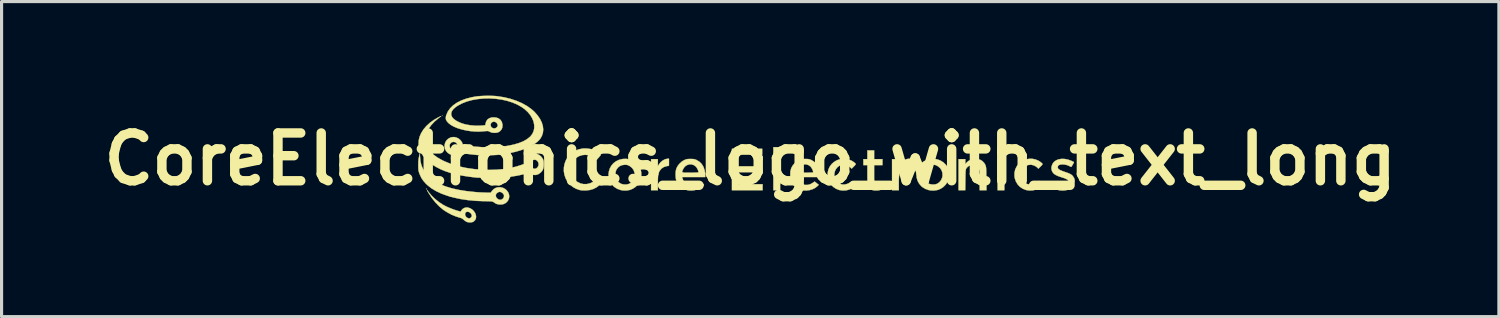
<source format=kicad_pcb>
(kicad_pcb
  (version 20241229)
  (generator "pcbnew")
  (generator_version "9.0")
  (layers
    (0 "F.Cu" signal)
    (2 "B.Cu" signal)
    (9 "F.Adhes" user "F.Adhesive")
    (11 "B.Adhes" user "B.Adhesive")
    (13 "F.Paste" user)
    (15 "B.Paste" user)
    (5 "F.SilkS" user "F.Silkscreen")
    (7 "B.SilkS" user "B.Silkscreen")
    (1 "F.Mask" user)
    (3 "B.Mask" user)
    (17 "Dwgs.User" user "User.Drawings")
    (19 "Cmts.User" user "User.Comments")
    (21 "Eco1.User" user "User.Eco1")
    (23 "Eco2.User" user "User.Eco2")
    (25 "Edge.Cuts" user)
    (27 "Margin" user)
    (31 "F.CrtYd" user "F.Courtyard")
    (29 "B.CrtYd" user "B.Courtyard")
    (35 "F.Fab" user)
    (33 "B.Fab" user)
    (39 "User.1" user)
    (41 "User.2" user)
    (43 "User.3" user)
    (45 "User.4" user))
  (footprint "CoreElectronics_logo_with_text_long"
    (layer "F.Cu")
    (at 20.872 2.024)
    (property "Reference" "CoreElectronics_logo_with_text_long" (at 0 0 0) (layer "F.SilkS") (effects (font (size 1.524 1.524) (thickness 0.3))))
    (attr through_hole)
    (fp_poly (pts (xy -10.325 0.933) (xy -10.331 0.94) (xy -10.338 0.933) (xy -10.331 0.927) (xy -10.325 0.933)) (stroke (width 0.01) (type solid)) (fill yes) (layer "F.SilkS"))
    (fp_poly (pts (xy -10.312 0.959) (xy -10.319 0.965) (xy -10.325 0.959) (xy -10.319 0.953) (xy -10.312 0.959)) (stroke (width 0.01) (type solid)) (fill yes) (layer "F.SilkS"))
    (fp_poly (pts (xy -9.817 -1.391) (xy -9.823 -1.384) (xy -9.83 -1.391) (xy -9.823 -1.397) (xy -9.817 -1.391)) (stroke (width 0.01) (type solid)) (fill yes) (layer "F.SilkS"))
    (fp_poly (pts (xy 0.953 0.991) (xy 0.737 0.991) (xy 0.737 -0.381) (xy 0.953 -0.381) (xy 0.953 0.991)) (stroke (width 0.01) (type solid)) (fill yes) (layer "F.SilkS"))
    (fp_poly (pts (xy 8.103 0.991) (xy 7.887 0.991) (xy 7.887 0) (xy 8.103 0) (xy 8.103 0.991)) (stroke (width 0.01) (type solid)) (fill yes) (layer "F.SilkS"))
    (fp_poly (pts (xy 8.115 -0.165) (xy 7.874 -0.165) (xy 7.874 -0.368) (xy 8.115 -0.368) (xy 8.115 -0.165)) (stroke (width 0.01) (type solid)) (fill yes) (layer "F.SilkS"))
    (fp_poly (pts (xy 0.381 -0.14) (xy -0.368 -0.14) (xy -0.368 0.229) (xy 0.305 0.229) (xy 0.305 0.419) (xy -0.368 0.419) (xy -0.368 0.8) (xy 0.394 0.8) (xy 0.394 0.991) (xy -0.584 0.991) (xy -0.584 -0.33) (xy 0.381 -0.33) (xy 0.381 -0.14)) (stroke (width 0.01) (type solid)) (fill yes) (layer "F.SilkS"))
    (fp_poly (pts (xy -2.591 0.21) (xy -2.668 0.225) (xy -2.757 0.253) (xy -2.828 0.299) (xy -2.883 0.364) (xy -2.904 0.402) (xy -2.92 0.442) (xy -2.932 0.49) (xy -2.94 0.548) (xy -2.944 0.621) (xy -2.946 0.714) (xy -2.946 0.769) (xy -2.946 0.991) (xy -3.162 0.991) (xy -3.162 0) (xy -2.946 0) (xy -2.946 0.221) (xy -2.91 0.164) (xy -2.856 0.097) (xy -2.79 0.043) (xy -2.718 0.005) (xy -2.645 -0.012) (xy -2.627 -0.013) (xy -2.591 -0.013) (xy -2.591 0.21)) (stroke (width 0.01) (type solid)) (fill yes) (layer "F.SilkS"))
    (fp_poly (pts (xy 5.093 0.21) (xy 5.015 0.225) (xy 4.927 0.253) (xy 4.855 0.299) (xy 4.801 0.364) (xy 4.779 0.402) (xy 4.763 0.442) (xy 4.752 0.49) (xy 4.744 0.548) (xy 4.739 0.621) (xy 4.737 0.714) (xy 4.737 0.769) (xy 4.737 0.991) (xy 4.521 0.991) (xy 4.521 0) (xy 4.737 0) (xy 4.737 0.221) (xy 4.773 0.164) (xy 4.827 0.097) (xy 4.893 0.043) (xy 4.966 0.005) (xy 5.039 -0.012) (xy 5.057 -0.013) (xy 5.093 -0.013) (xy 5.093 0.21)) (stroke (width 0.01) (type solid)) (fill yes) (layer "F.SilkS"))
    (fp_poly (pts (xy 3.95 0) (xy 4.216 0) (xy 4.216 0.191) (xy 3.95 0.191) (xy 3.95 0.463) (xy 3.95 0.553) (xy 3.95 0.621) (xy 3.952 0.671) (xy 3.954 0.706) (xy 3.958 0.73) (xy 3.963 0.747) (xy 3.971 0.759) (xy 3.978 0.768) (xy 4.019 0.798) (xy 4.074 0.81) (xy 4.137 0.804) (xy 4.162 0.796) (xy 4.216 0.778) (xy 4.216 0.865) (xy 4.216 0.911) (xy 4.212 0.939) (xy 4.203 0.955) (xy 4.186 0.967) (xy 4.176 0.973) (xy 4.132 0.987) (xy 4.072 0.996) (xy 4.007 0.999) (xy 3.945 0.996) (xy 3.895 0.986) (xy 3.893 0.985) (xy 3.836 0.953) (xy 3.787 0.904) (xy 3.753 0.847) (xy 3.747 0.83) (xy 3.743 0.802) (xy 3.74 0.752) (xy 3.737 0.685) (xy 3.735 0.604) (xy 3.734 0.512) (xy 3.734 0.486) (xy 3.734 0.191) (xy 3.607 0.191) (xy 3.607 0) (xy 3.734 0) (xy 3.734 -0.279) (xy 3.95 -0.279) (xy 3.95 0)) (stroke (width 0.01) (type solid)) (fill yes) (layer "F.SilkS"))
    (fp_poly (pts (xy 7.24 -0.006) (xy 7.328 0.018) (xy 7.402 0.062) (xy 7.462 0.124) (xy 7.494 0.18) (xy 7.503 0.201) (xy 7.51 0.22) (xy 7.515 0.243) (xy 7.519 0.271) (xy 7.522 0.308) (xy 7.525 0.358) (xy 7.526 0.423) (xy 7.527 0.507) (xy 7.529 0.612) (xy 7.529 0.619) (xy 7.533 0.991) (xy 7.315 0.991) (xy 7.315 0.695) (xy 7.314 0.608) (xy 7.313 0.527) (xy 7.311 0.455) (xy 7.308 0.399) (xy 7.305 0.361) (xy 7.303 0.35) (xy 7.276 0.281) (xy 7.232 0.231) (xy 7.171 0.2) (xy 7.096 0.189) (xy 7.095 0.189) (xy 7.017 0.199) (xy 6.951 0.229) (xy 6.902 0.277) (xy 6.894 0.289) (xy 6.885 0.304) (xy 6.878 0.32) (xy 6.873 0.339) (xy 6.869 0.366) (xy 6.866 0.403) (xy 6.864 0.453) (xy 6.862 0.521) (xy 6.861 0.609) (xy 6.86 0.664) (xy 6.856 0.991) (xy 6.642 0.991) (xy 6.642 0) (xy 6.858 0) (xy 6.858 0.158) (xy 6.895 0.114) (xy 6.954 0.06) (xy 7.029 0.019) (xy 7.112 -0.006) (xy 7.143 -0.009) (xy 7.24 -0.006)) (stroke (width 0.01) (type solid)) (fill yes) (layer "F.SilkS"))
    (fp_poly (pts (xy 3.038 -0.011) (xy 3.138 0.01) (xy 3.236 0.051) (xy 3.318 0.106) (xy 3.346 0.131) (xy 3.363 0.152) (xy 3.365 0.158) (xy 3.357 0.173) (xy 3.335 0.201) (xy 3.303 0.234) (xy 3.298 0.239) (xy 3.231 0.305) (xy 3.2 0.272) (xy 3.149 0.232) (xy 3.084 0.2) (xy 3.015 0.181) (xy 2.977 0.178) (xy 2.897 0.189) (xy 2.827 0.221) (xy 2.769 0.269) (xy 2.724 0.331) (xy 2.694 0.402) (xy 2.681 0.479) (xy 2.686 0.558) (xy 2.711 0.636) (xy 2.741 0.688) (xy 2.8 0.75) (xy 2.87 0.791) (xy 2.948 0.81) (xy 3.03 0.807) (xy 3.115 0.781) (xy 3.176 0.747) (xy 3.253 0.695) (xy 3.316 0.757) (xy 3.378 0.818) (xy 3.343 0.854) (xy 3.264 0.919) (xy 3.17 0.966) (xy 3.067 0.994) (xy 2.958 1.001) (xy 2.849 0.987) (xy 2.832 0.983) (xy 2.731 0.943) (xy 2.643 0.883) (xy 2.57 0.806) (xy 2.514 0.714) (xy 2.479 0.611) (xy 2.467 0.539) (xy 2.469 0.429) (xy 2.493 0.328) (xy 2.535 0.238) (xy 2.594 0.159) (xy 2.666 0.093) (xy 2.749 0.042) (xy 2.841 0.007) (xy 2.938 -0.011) (xy 3.038 -0.011)) (stroke (width 0.01) (type solid)) (fill yes) (layer "F.SilkS"))
    (fp_poly (pts (xy 8.994 -0.011) (xy 9.095 0.01) (xy 9.193 0.051) (xy 9.274 0.106) (xy 9.302 0.131) (xy 9.319 0.152) (xy 9.322 0.158) (xy 9.313 0.173) (xy 9.291 0.201) (xy 9.259 0.234) (xy 9.254 0.239) (xy 9.187 0.305) (xy 9.156 0.272) (xy 9.106 0.232) (xy 9.041 0.2) (xy 8.972 0.181) (xy 8.934 0.178) (xy 8.854 0.189) (xy 8.784 0.221) (xy 8.725 0.269) (xy 8.68 0.331) (xy 8.65 0.402) (xy 8.637 0.479) (xy 8.642 0.558) (xy 8.667 0.636) (xy 8.698 0.688) (xy 8.757 0.75) (xy 8.826 0.791) (xy 8.904 0.81) (xy 8.987 0.807) (xy 9.071 0.781) (xy 9.132 0.747) (xy 9.209 0.695) (xy 9.272 0.757) (xy 9.334 0.818) (xy 9.3 0.854) (xy 9.22 0.919) (xy 9.127 0.966) (xy 9.023 0.994) (xy 8.914 1.001) (xy 8.805 0.987) (xy 8.789 0.983) (xy 8.688 0.943) (xy 8.599 0.883) (xy 8.526 0.806) (xy 8.471 0.714) (xy 8.435 0.611) (xy 8.424 0.539) (xy 8.426 0.429) (xy 8.449 0.328) (xy 8.492 0.238) (xy 8.55 0.159) (xy 8.623 0.093) (xy 8.706 0.042) (xy 8.797 0.007) (xy 8.894 -0.011) (xy 8.994 -0.011)) (stroke (width 0.01) (type solid)) (fill yes) (layer "F.SilkS"))
    (fp_poly (pts (xy -5.085 -0.322) (xy -4.967 -0.282) (xy -4.858 -0.222) (xy -4.83 -0.202) (xy -4.796 -0.175) (xy -4.771 -0.153) (xy -4.763 -0.141) (xy -4.77 -0.127) (xy -4.791 -0.1) (xy -4.821 -0.064) (xy -4.83 -0.055) (xy -4.897 0.021) (xy -4.954 -0.023) (xy -5.051 -0.085) (xy -5.153 -0.123) (xy -5.257 -0.138) (xy -5.36 -0.128) (xy -5.459 -0.095) (xy -5.514 -0.065) (xy -5.583 -0.007) (xy -5.641 0.069) (xy -5.683 0.159) (xy -5.709 0.255) (xy -5.715 0.33) (xy -5.704 0.429) (xy -5.674 0.524) (xy -5.628 0.611) (xy -5.568 0.683) (xy -5.514 0.725) (xy -5.417 0.773) (xy -5.316 0.796) (xy -5.212 0.795) (xy -5.108 0.77) (xy -5.006 0.72) (xy -4.948 0.68) (xy -4.886 0.632) (xy -4.815 0.704) (xy -4.743 0.776) (xy -4.794 0.82) (xy -4.896 0.896) (xy -4.999 0.95) (xy -5.11 0.983) (xy -5.235 0.998) (xy -5.245 0.998) (xy -5.347 0.997) (xy -5.428 0.987) (xy -5.439 0.984) (xy -5.553 0.945) (xy -5.653 0.889) (xy -5.74 0.817) (xy -5.822 0.723) (xy -5.884 0.618) (xy -5.924 0.504) (xy -5.944 0.385) (xy -5.942 0.265) (xy -5.92 0.145) (xy -5.876 0.031) (xy -5.811 -0.076) (xy -5.763 -0.134) (xy -5.671 -0.215) (xy -5.566 -0.276) (xy -5.451 -0.317) (xy -5.331 -0.339) (xy -5.207 -0.34) (xy -5.085 -0.322)) (stroke (width 0.01) (type solid)) (fill yes) (layer "F.SilkS"))
    (fp_poly (pts (xy -3.849 0.008) (xy -3.748 0.047) (xy -3.656 0.105) (xy -3.577 0.183) (xy -3.566 0.197) (xy -3.521 0.266) (xy -3.492 0.337) (xy -3.477 0.417) (xy -3.473 0.502) (xy -3.474 0.56) (xy -3.478 0.602) (xy -3.487 0.638) (xy -3.504 0.678) (xy -3.521 0.714) (xy -3.582 0.809) (xy -3.659 0.887) (xy -3.749 0.946) (xy -3.851 0.985) (xy -3.959 1.002) (xy -4.072 0.997) (xy -4.137 0.984) (xy -4.238 0.947) (xy -4.324 0.894) (xy -4.363 0.862) (xy -4.433 0.781) (xy -4.482 0.69) (xy -4.511 0.593) (xy -4.519 0.495) (xy -4.299 0.495) (xy -4.289 0.587) (xy -4.259 0.664) (xy -4.209 0.726) (xy -4.138 0.776) (xy -4.115 0.787) (xy -4.056 0.804) (xy -3.987 0.81) (xy -3.917 0.804) (xy -3.859 0.786) (xy -3.853 0.783) (xy -3.784 0.734) (xy -3.731 0.667) (xy -3.697 0.588) (xy -3.686 0.527) (xy -3.69 0.437) (xy -3.717 0.354) (xy -3.766 0.283) (xy -3.835 0.226) (xy -3.861 0.212) (xy -3.905 0.191) (xy -3.941 0.181) (xy -3.984 0.18) (xy -4.013 0.181) (xy -4.089 0.192) (xy -4.15 0.216) (xy -4.204 0.256) (xy -4.213 0.265) (xy -4.258 0.32) (xy -4.285 0.38) (xy -4.297 0.452) (xy -4.299 0.495) (xy -4.519 0.495) (xy -4.519 0.492) (xy -4.507 0.391) (xy -4.477 0.295) (xy -4.427 0.205) (xy -4.358 0.127) (xy -4.278 0.067) (xy -4.175 0.019) (xy -4.066 -0.006) (xy -3.957 -0.01) (xy -3.849 0.008)) (stroke (width 0.01) (type solid)) (fill yes) (layer "F.SilkS"))
    (fp_poly (pts (xy 5.968 0.008) (xy 6.069 0.047) (xy 6.161 0.105) (xy 6.24 0.183) (xy 6.251 0.197) (xy 6.296 0.266) (xy 6.325 0.337) (xy 6.34 0.417) (xy 6.344 0.502) (xy 6.343 0.56) (xy 6.339 0.602) (xy 6.33 0.638) (xy 6.313 0.678) (xy 6.296 0.714) (xy 6.235 0.809) (xy 6.158 0.887) (xy 6.068 0.946) (xy 5.967 0.985) (xy 5.858 1.002) (xy 5.745 0.997) (xy 5.68 0.984) (xy 5.579 0.947) (xy 5.493 0.894) (xy 5.454 0.862) (xy 5.384 0.781) (xy 5.335 0.69) (xy 5.307 0.593) (xy 5.298 0.495) (xy 5.519 0.495) (xy 5.528 0.587) (xy 5.558 0.664) (xy 5.608 0.726) (xy 5.679 0.776) (xy 5.702 0.787) (xy 5.761 0.804) (xy 5.83 0.81) (xy 5.9 0.804) (xy 5.959 0.786) (xy 5.965 0.783) (xy 6.033 0.734) (xy 6.086 0.667) (xy 6.12 0.588) (xy 6.131 0.527) (xy 6.127 0.437) (xy 6.1 0.354) (xy 6.051 0.283) (xy 5.982 0.226) (xy 5.956 0.212) (xy 5.912 0.191) (xy 5.876 0.181) (xy 5.833 0.18) (xy 5.804 0.181) (xy 5.728 0.192) (xy 5.667 0.216) (xy 5.613 0.256) (xy 5.604 0.265) (xy 5.559 0.32) (xy 5.532 0.38) (xy 5.52 0.452) (xy 5.519 0.495) (xy 5.298 0.495) (xy 5.298 0.492) (xy 5.31 0.391) (xy 5.34 0.295) (xy 5.39 0.205) (xy 5.459 0.127) (xy 5.539 0.067) (xy 5.642 0.019) (xy 5.751 -0.006) (xy 5.86 -0.01) (xy 5.968 0.008)) (stroke (width 0.01) (type solid)) (fill yes) (layer "F.SilkS"))
    (fp_poly (pts (xy -10.29 1.002) (xy -10.261 1.04) (xy -10.243 1.065) (xy -10.155 1.169) (xy -10.048 1.272) (xy -9.928 1.368) (xy -9.801 1.452) (xy -9.716 1.498) (xy -9.641 1.533) (xy -9.551 1.57) (xy -9.457 1.606) (xy -9.368 1.636) (xy -9.326 1.648) (xy -9.234 1.674) (xy -9.208 1.63) (xy -9.169 1.587) (xy -9.115 1.556) (xy -9.055 1.541) (xy -9.014 1.542) (xy -8.94 1.563) (xy -8.875 1.599) (xy -8.822 1.647) (xy -8.781 1.703) (xy -8.754 1.763) (xy -8.742 1.825) (xy -8.747 1.884) (xy -8.769 1.938) (xy -8.811 1.982) (xy -8.84 2.001) (xy -8.887 2.015) (xy -8.946 2.018) (xy -9.006 2.011) (xy -9.042 1.999) (xy -9.078 1.979) (xy -9.119 1.949) (xy -9.138 1.932) (xy -9.17 1.905) (xy -9.206 1.885) (xy -9.253 1.868) (xy -9.296 1.856) (xy -9.387 1.827) (xy -9.488 1.785) (xy -9.549 1.755) (xy -9.093 1.755) (xy -9.084 1.806) (xy -9.054 1.847) (xy -9.026 1.868) (xy -8.985 1.888) (xy -8.952 1.889) (xy -8.918 1.872) (xy -8.911 1.866) (xy -8.882 1.831) (xy -8.878 1.79) (xy -8.898 1.746) (xy -8.92 1.72) (xy -8.963 1.689) (xy -9.007 1.677) (xy -9.046 1.682) (xy -9.076 1.703) (xy -9.092 1.74) (xy -9.093 1.755) (xy -9.549 1.755) (xy -9.593 1.734) (xy -9.692 1.678) (xy -9.779 1.621) (xy -9.786 1.616) (xy -9.917 1.506) (xy -10.042 1.377) (xy -10.156 1.234) (xy -10.255 1.083) (xy -10.275 1.048) (xy -10.297 1.007) (xy -10.307 0.986) (xy -10.305 0.984) (xy -10.29 1.002)) (stroke (width 0.01) (type solid)) (fill yes) (layer "F.SilkS"))
    (fp_poly (pts (xy -1.843 -0.005) (xy -1.798 -0.001) (xy -1.761 0.008) (xy -1.724 0.022) (xy -1.713 0.027) (xy -1.621 0.082) (xy -1.549 0.153) (xy -1.494 0.241) (xy -1.457 0.347) (xy -1.455 0.357) (xy -1.444 0.413) (xy -1.437 0.471) (xy -1.435 0.505) (xy -1.435 0.572) (xy -2.172 0.572) (xy -2.164 0.606) (xy -2.134 0.683) (xy -2.085 0.745) (xy -2.019 0.791) (xy -1.939 0.817) (xy -1.908 0.822) (xy -1.821 0.821) (xy -1.743 0.799) (xy -1.667 0.757) (xy -1.604 0.714) (xy -1.474 0.819) (xy -1.513 0.859) (xy -1.584 0.916) (xy -1.672 0.96) (xy -1.77 0.989) (xy -1.873 1.001) (xy -1.974 0.996) (xy -2.011 0.989) (xy -2.102 0.956) (xy -2.188 0.903) (xy -2.264 0.836) (xy -2.323 0.757) (xy -2.352 0.701) (xy -2.371 0.629) (xy -2.381 0.542) (xy -2.381 0.451) (xy -2.376 0.405) (xy -2.171 0.405) (xy -2.162 0.418) (xy -2.14 0.426) (xy -2.101 0.43) (xy -2.043 0.432) (xy -1.964 0.432) (xy -1.911 0.432) (xy -1.821 0.431) (xy -1.752 0.43) (xy -1.704 0.428) (xy -1.673 0.425) (xy -1.656 0.421) (xy -1.651 0.415) (xy -1.651 0.415) (xy -1.659 0.373) (xy -1.679 0.322) (xy -1.707 0.273) (xy -1.736 0.236) (xy -1.798 0.191) (xy -1.869 0.168) (xy -1.945 0.168) (xy -2.004 0.185) (xy -2.062 0.218) (xy -2.107 0.264) (xy -2.142 0.324) (xy -2.158 0.359) (xy -2.169 0.386) (xy -2.171 0.405) (xy -2.376 0.405) (xy -2.372 0.363) (xy -2.352 0.29) (xy -2.351 0.288) (xy -2.308 0.208) (xy -2.245 0.133) (xy -2.171 0.069) (xy -2.105 0.031) (xy -2.063 0.013) (xy -2.026 0.002) (xy -1.985 -0.004) (xy -1.931 -0.006) (xy -1.905 -0.006) (xy -1.843 -0.005)) (stroke (width 0.01) (type solid)) (fill yes) (layer "F.SilkS"))
    (fp_poly (pts (xy 1.814 -0.005) (xy 1.859 -0.001) (xy 1.896 0.008) (xy 1.933 0.022) (xy 1.945 0.027) (xy 2.036 0.082) (xy 2.109 0.153) (xy 2.163 0.241) (xy 2.201 0.347) (xy 2.203 0.357) (xy 2.214 0.413) (xy 2.221 0.471) (xy 2.222 0.505) (xy 2.223 0.572) (xy 1.485 0.572) (xy 1.494 0.606) (xy 1.523 0.683) (xy 1.573 0.745) (xy 1.639 0.791) (xy 1.718 0.817) (xy 1.749 0.822) (xy 1.836 0.821) (xy 1.915 0.799) (xy 1.991 0.757) (xy 2.053 0.714) (xy 2.184 0.819) (xy 2.144 0.859) (xy 2.073 0.916) (xy 1.986 0.96) (xy 1.887 0.989) (xy 1.785 1.001) (xy 1.684 0.996) (xy 1.646 0.989) (xy 1.555 0.956) (xy 1.469 0.903) (xy 1.394 0.836) (xy 1.334 0.757) (xy 1.306 0.701) (xy 1.286 0.629) (xy 1.276 0.542) (xy 1.276 0.451) (xy 1.281 0.405) (xy 1.486 0.405) (xy 1.495 0.418) (xy 1.518 0.426) (xy 1.557 0.43) (xy 1.614 0.432) (xy 1.693 0.432) (xy 1.746 0.432) (xy 1.837 0.431) (xy 1.905 0.43) (xy 1.953 0.428) (xy 1.985 0.425) (xy 2.001 0.421) (xy 2.007 0.415) (xy 2.007 0.415) (xy 1.999 0.373) (xy 1.978 0.322) (xy 1.95 0.273) (xy 1.921 0.236) (xy 1.859 0.191) (xy 1.788 0.168) (xy 1.713 0.168) (xy 1.654 0.185) (xy 1.596 0.218) (xy 1.551 0.264) (xy 1.516 0.324) (xy 1.499 0.359) (xy 1.489 0.386) (xy 1.486 0.405) (xy 1.281 0.405) (xy 1.286 0.363) (xy 1.306 0.29) (xy 1.306 0.288) (xy 1.35 0.208) (xy 1.412 0.133) (xy 1.486 0.069) (xy 1.552 0.031) (xy 1.594 0.013) (xy 1.632 0.002) (xy 1.673 -0.004) (xy 1.726 -0.006) (xy 1.753 -0.006) (xy 1.814 -0.005)) (stroke (width 0.01) (type solid)) (fill yes) (layer "F.SilkS"))
    (fp_poly (pts (xy 10.027 -0.006) (xy 10.129 0.014) (xy 10.233 0.051) (xy 10.235 0.052) (xy 10.276 0.071) (xy 10.307 0.086) (xy 10.321 0.094) (xy 10.322 0.094) (xy 10.318 0.107) (xy 10.304 0.138) (xy 10.279 0.181) (xy 10.252 0.226) (xy 10.237 0.246) (xy 10.221 0.246) (xy 10.207 0.238) (xy 10.146 0.206) (xy 10.079 0.184) (xy 10.01 0.171) (xy 9.945 0.167) (xy 9.887 0.174) (xy 9.842 0.19) (xy 9.815 0.217) (xy 9.812 0.223) (xy 9.804 0.26) (xy 9.812 0.293) (xy 9.838 0.323) (xy 9.885 0.351) (xy 9.953 0.38) (xy 10.012 0.401) (xy 10.094 0.429) (xy 10.156 0.453) (xy 10.202 0.474) (xy 10.237 0.495) (xy 10.266 0.519) (xy 10.284 0.538) (xy 10.327 0.605) (xy 10.347 0.678) (xy 10.346 0.732) (xy 10.323 0.817) (xy 10.281 0.886) (xy 10.219 0.939) (xy 10.139 0.976) (xy 10.041 0.995) (xy 10.002 0.998) (xy 9.945 0.999) (xy 9.891 0.996) (xy 9.85 0.991) (xy 9.846 0.991) (xy 9.788 0.975) (xy 9.722 0.95) (xy 9.657 0.922) (xy 9.605 0.894) (xy 9.596 0.888) (xy 9.553 0.858) (xy 9.603 0.785) (xy 9.653 0.712) (xy 9.713 0.748) (xy 9.816 0.798) (xy 9.922 0.823) (xy 9.978 0.827) (xy 10.047 0.822) (xy 10.096 0.804) (xy 10.128 0.772) (xy 10.137 0.756) (xy 10.147 0.72) (xy 10.142 0.689) (xy 10.12 0.661) (xy 10.078 0.634) (xy 10.015 0.607) (xy 9.929 0.579) (xy 9.925 0.578) (xy 9.825 0.544) (xy 9.747 0.509) (xy 9.689 0.472) (xy 9.649 0.43) (xy 9.622 0.382) (xy 9.614 0.358) (xy 9.604 0.314) (xy 9.602 0.278) (xy 9.609 0.235) (xy 9.615 0.21) (xy 9.646 0.137) (xy 9.695 0.079) (xy 9.761 0.034) (xy 9.84 0.005) (xy 9.929 -0.009) (xy 10.027 -0.006)) (stroke (width 0.01) (type solid)) (fill yes) (layer "F.SilkS"))
    (fp_poly (pts (xy -10.527 -0.057) (xy -10.518 0.039) (xy -10.505 0.118) (xy -10.485 0.19) (xy -10.457 0.264) (xy -10.451 0.277) (xy -10.381 0.404) (xy -10.291 0.519) (xy -10.179 0.623) (xy -10.046 0.716) (xy -9.891 0.798) (xy -9.715 0.87) (xy -9.516 0.93) (xy -9.295 0.98) (xy -9.051 1.019) (xy -8.784 1.048) (xy -8.712 1.054) (xy -8.633 1.059) (xy -8.547 1.063) (xy -8.466 1.066) (xy -8.407 1.067) (xy -8.273 1.067) (xy -8.234 1.012) (xy -8.178 0.954) (xy -8.111 0.915) (xy -8.035 0.896) (xy -7.957 0.897) (xy -7.879 0.917) (xy -7.806 0.958) (xy -7.771 0.989) (xy -7.72 1.055) (xy -7.692 1.127) (xy -7.685 1.2) (xy -7.699 1.271) (xy -7.733 1.336) (xy -7.786 1.391) (xy -7.851 1.428) (xy -7.905 1.442) (xy -7.971 1.447) (xy -8.036 1.442) (xy -8.089 1.428) (xy -8.089 1.428) (xy -8.13 1.407) (xy -8.171 1.38) (xy -8.175 1.377) (xy -8.189 1.367) (xy -8.204 1.359) (xy -8.222 1.353) (xy -8.248 1.349) (xy -8.285 1.346) (xy -8.337 1.344) (xy -8.407 1.342) (xy -8.493 1.341) (xy -8.752 1.33) (xy -9 1.307) (xy -9.235 1.272) (xy -9.456 1.225) (xy -9.603 1.183) (xy -8.112 1.183) (xy -8.09 1.232) (xy -8.072 1.252) (xy -8.023 1.287) (xy -7.971 1.298) (xy -7.921 1.285) (xy -7.886 1.258) (xy -7.857 1.214) (xy -7.851 1.166) (xy -7.866 1.12) (xy -7.9 1.08) (xy -7.929 1.062) (xy -7.967 1.046) (xy -7.995 1.043) (xy -8.026 1.052) (xy -8.045 1.061) (xy -8.089 1.093) (xy -8.111 1.136) (xy -8.112 1.183) (xy -9.603 1.183) (xy -9.66 1.167) (xy -9.848 1.099) (xy -10.016 1.02) (xy -10.164 0.931) (xy -10.291 0.832) (xy -10.344 0.781) (xy -10.424 0.691) (xy -10.485 0.601) (xy -10.533 0.501) (xy -10.551 0.455) (xy -10.565 0.414) (xy -10.575 0.377) (xy -10.581 0.338) (xy -10.584 0.289) (xy -10.585 0.226) (xy -10.585 0.191) (xy -10.584 0.102) (xy -10.58 0.03) (xy -10.571 -0.031) (xy -10.56 -0.083) (xy -10.535 -0.184) (xy -10.527 -0.057)) (stroke (width 0.01) (type solid)) (fill yes) (layer "F.SilkS"))
    (fp_poly (pts (xy -9.865 -1.362) (xy -9.895 -1.338) (xy -9.944 -1.301) (xy -10.067 -1.197) (xy -10.171 -1.086) (xy -10.256 -0.969) (xy -10.318 -0.851) (xy -10.326 -0.832) (xy -10.348 -0.749) (xy -10.356 -0.654) (xy -10.352 -0.558) (xy -10.334 -0.471) (xy -10.328 -0.454) (xy -10.276 -0.344) (xy -10.2 -0.242) (xy -10.102 -0.146) (xy -9.98 -0.056) (xy -9.833 0.028) (xy -9.774 0.058) (xy -9.554 0.15) (xy -9.316 0.224) (xy -9.062 0.28) (xy -8.792 0.319) (xy -8.507 0.339) (xy -8.326 0.343) (xy -8.086 0.336) (xy -7.864 0.317) (xy -7.656 0.284) (xy -7.458 0.236) (xy -7.341 0.199) (xy -7.234 0.163) (xy -6.998 0.163) (xy -6.989 0.225) (xy -6.962 0.27) (xy -6.919 0.298) (xy -6.869 0.309) (xy -6.823 0.295) (xy -6.789 0.267) (xy -6.756 0.217) (xy -6.747 0.159) (xy -6.762 0.099) (xy -6.763 0.096) (xy -6.796 0.05) (xy -6.836 0.025) (xy -6.881 0.018) (xy -6.924 0.03) (xy -6.961 0.058) (xy -6.987 0.101) (xy -6.998 0.158) (xy -6.998 0.163) (xy -7.234 0.163) (xy -7.183 0.146) (xy -7.169 0.089) (xy -7.135 -0.005) (xy -7.087 -0.079) (xy -7.027 -0.134) (xy -6.955 -0.167) (xy -6.877 -0.178) (xy -6.797 -0.166) (xy -6.723 -0.13) (xy -6.659 -0.074) (xy -6.612 -0.006) (xy -6.599 0.024) (xy -6.59 0.057) (xy -6.586 0.1) (xy -6.585 0.161) (xy -6.585 0.165) (xy -6.588 0.245) (xy -6.601 0.308) (xy -6.624 0.359) (xy -6.662 0.407) (xy -6.691 0.435) (xy -6.76 0.482) (xy -6.834 0.505) (xy -6.913 0.503) (xy -6.993 0.475) (xy -7.003 0.471) (xy -7.074 0.433) (xy -7.144 0.457) (xy -7.224 0.481) (xy -7.325 0.505) (xy -7.443 0.529) (xy -7.572 0.55) (xy -7.645 0.561) (xy -7.707 0.569) (xy -7.77 0.575) (xy -7.838 0.58) (xy -7.915 0.584) (xy -8.005 0.587) (xy -8.113 0.589) (xy -8.241 0.59) (xy -8.249 0.59) (xy -8.352 0.591) (xy -8.449 0.591) (xy -8.536 0.592) (xy -8.611 0.591) (xy -8.669 0.591) (xy -8.707 0.59) (xy -8.719 0.589) (xy -8.96 0.561) (xy -9.18 0.527) (xy -9.378 0.487) (xy -9.559 0.439) (xy -9.724 0.385) (xy -9.875 0.322) (xy -10.015 0.25) (xy -10.124 0.183) (xy -10.171 0.149) (xy -10.228 0.102) (xy -10.287 0.05) (xy -10.332 0.007) (xy -10.421 -0.092) (xy -10.488 -0.188) (xy -10.536 -0.288) (xy -10.56 -0.363) (xy -10.577 -0.48) (xy -10.571 -0.598) (xy -10.542 -0.717) (xy -10.491 -0.834) (xy -10.419 -0.948) (xy -10.327 -1.056) (xy -10.217 -1.157) (xy -10.089 -1.25) (xy -9.957 -1.326) (xy -9.901 -1.354) (xy -9.867 -1.37) (xy -9.855 -1.373) (xy -9.865 -1.362)) (stroke (width 0.01) (type solid)) (fill yes) (layer "F.SilkS"))
    (fp_poly (pts (xy -8.247 -2.018) (xy -8.151 -2.014) (xy -8.071 -2.007) (xy -8.064 -2.006) (xy -7.848 -1.972) (xy -7.642 -1.922) (xy -7.449 -1.857) (xy -7.271 -1.78) (xy -7.111 -1.69) (xy -6.97 -1.588) (xy -6.883 -1.51) (xy -6.783 -1.397) (xy -6.704 -1.283) (xy -6.647 -1.168) (xy -6.613 -1.054) (xy -6.601 -0.943) (xy -6.612 -0.836) (xy -6.646 -0.734) (xy -6.703 -0.64) (xy -6.707 -0.634) (xy -6.781 -0.558) (xy -6.878 -0.485) (xy -6.996 -0.416) (xy -7.133 -0.352) (xy -7.286 -0.294) (xy -7.453 -0.243) (xy -7.633 -0.2) (xy -7.822 -0.165) (xy -8.007 -0.141) (xy -8.067 -0.135) (xy -8.143 -0.131) (xy -8.228 -0.127) (xy -8.317 -0.123) (xy -8.404 -0.121) (xy -8.483 -0.12) (xy -8.548 -0.12) (xy -8.592 -0.122) (xy -8.731 -0.134) (xy -8.871 -0.149) (xy -9.002 -0.165) (xy -9.097 -0.179) (xy -9.246 -0.203) (xy -9.298 -0.169) (xy -9.368 -0.137) (xy -9.446 -0.127) (xy -9.527 -0.138) (xy -9.583 -0.159) (xy -9.652 -0.205) (xy -9.702 -0.263) (xy -9.734 -0.33) (xy -9.747 -0.401) (xy -9.746 -0.417) (xy -9.587 -0.417) (xy -9.574 -0.369) (xy -9.561 -0.35) (xy -9.518 -0.311) (xy -9.469 -0.294) (xy -9.418 -0.301) (xy -9.407 -0.306) (xy -9.363 -0.341) (xy -9.339 -0.387) (xy -9.335 -0.415) (xy -9.344 -0.475) (xy -9.373 -0.518) (xy -9.418 -0.544) (xy -9.471 -0.55) (xy -9.52 -0.537) (xy -9.557 -0.507) (xy -9.581 -0.465) (xy -9.587 -0.417) (xy -9.746 -0.417) (xy -9.742 -0.473) (xy -9.72 -0.541) (xy -9.681 -0.603) (xy -9.625 -0.654) (xy -9.554 -0.69) (xy -9.519 -0.7) (xy -9.441 -0.705) (xy -9.364 -0.688) (xy -9.293 -0.652) (xy -9.234 -0.599) (xy -9.19 -0.534) (xy -9.18 -0.507) (xy -9.161 -0.451) (xy -9.073 -0.437) (xy -8.82 -0.402) (xy -8.56 -0.383) (xy -8.3 -0.379) (xy -8.046 -0.389) (xy -7.804 -0.414) (xy -7.728 -0.426) (xy -7.543 -0.464) (xy -7.38 -0.511) (xy -7.238 -0.568) (xy -7.12 -0.635) (xy -7.025 -0.711) (xy -7.011 -0.724) (xy -6.948 -0.807) (xy -6.906 -0.898) (xy -6.887 -0.995) (xy -6.889 -1.096) (xy -6.911 -1.2) (xy -6.953 -1.304) (xy -7.014 -1.405) (xy -7.094 -1.502) (xy -7.192 -1.592) (xy -7.285 -1.659) (xy -7.429 -1.741) (xy -7.589 -1.808) (xy -7.761 -1.862) (xy -7.942 -1.901) (xy -8.129 -1.926) (xy -8.318 -1.937) (xy -8.506 -1.933) (xy -8.691 -1.915) (xy -8.868 -1.884) (xy -9.036 -1.838) (xy -9.191 -1.777) (xy -9.329 -1.703) (xy -9.395 -1.658) (xy -9.467 -1.594) (xy -9.513 -1.529) (xy -9.535 -1.466) (xy -9.533 -1.403) (xy -9.506 -1.342) (xy -9.455 -1.283) (xy -9.382 -1.228) (xy -9.284 -1.177) (xy -9.176 -1.134) (xy -9.061 -1.103) (xy -8.93 -1.081) (xy -8.791 -1.068) (xy -8.651 -1.066) (xy -8.519 -1.074) (xy -8.513 -1.075) (xy -8.464 -1.081) (xy -8.279 -1.081) (xy -8.267 -1.041) (xy -8.24 -1.008) (xy -8.203 -0.986) (xy -8.159 -0.979) (xy -8.113 -0.992) (xy -8.111 -0.993) (xy -8.071 -1.026) (xy -8.053 -1.067) (xy -8.058 -1.111) (xy -8.088 -1.156) (xy -8.089 -1.157) (xy -8.134 -1.187) (xy -8.182 -1.195) (xy -8.228 -1.179) (xy -8.249 -1.163) (xy -8.275 -1.123) (xy -8.279 -1.081) (xy -8.464 -1.081) (xy -8.448 -1.083) (xy -8.44 -1.137) (xy -8.417 -1.209) (xy -8.376 -1.266) (xy -8.316 -1.306) (xy -8.241 -1.329) (xy -8.182 -1.333) (xy -8.092 -1.324) (xy -8.018 -1.295) (xy -7.96 -1.248) (xy -7.921 -1.186) (xy -7.901 -1.109) (xy -7.899 -1.073) (xy -7.906 -1.005) (xy -7.928 -0.951) (xy -7.969 -0.902) (xy -7.971 -0.899) (xy -8.014 -0.867) (xy -8.062 -0.847) (xy -8.122 -0.839) (xy -8.158 -0.838) (xy -8.22 -0.842) (xy -8.272 -0.857) (xy -8.3 -0.87) (xy -8.329 -0.885) (xy -8.353 -0.893) (xy -8.379 -0.897) (xy -8.413 -0.896) (xy -8.462 -0.891) (xy -8.494 -0.888) (xy -8.632 -0.878) (xy -8.776 -0.88) (xy -8.922 -0.893) (xy -9.065 -0.916) (xy -9.203 -0.948) (xy -9.331 -0.987) (xy -9.446 -1.034) (xy -9.543 -1.088) (xy -9.619 -1.146) (xy -9.622 -1.149) (xy -9.672 -1.205) (xy -9.701 -1.256) (xy -9.71 -1.309) (xy -9.702 -1.37) (xy -9.692 -1.405) (xy -9.641 -1.52) (xy -9.567 -1.624) (xy -9.471 -1.717) (xy -9.354 -1.799) (xy -9.215 -1.869) (xy -9.056 -1.928) (xy -8.877 -1.974) (xy -8.731 -2) (xy -8.657 -2.008) (xy -8.565 -2.014) (xy -8.461 -2.018) (xy -8.353 -2.019) (xy -8.247 -2.018)) (stroke (width 0.01) (type solid)) (fill yes) (layer "F.SilkS")))
  (gr_rect
    (start -3 -3)
    (end 44.743 7.047)
    (stroke (width 0.1) (type default))
    (fill no)
    (layer "Edge.Cuts")))
</source>
